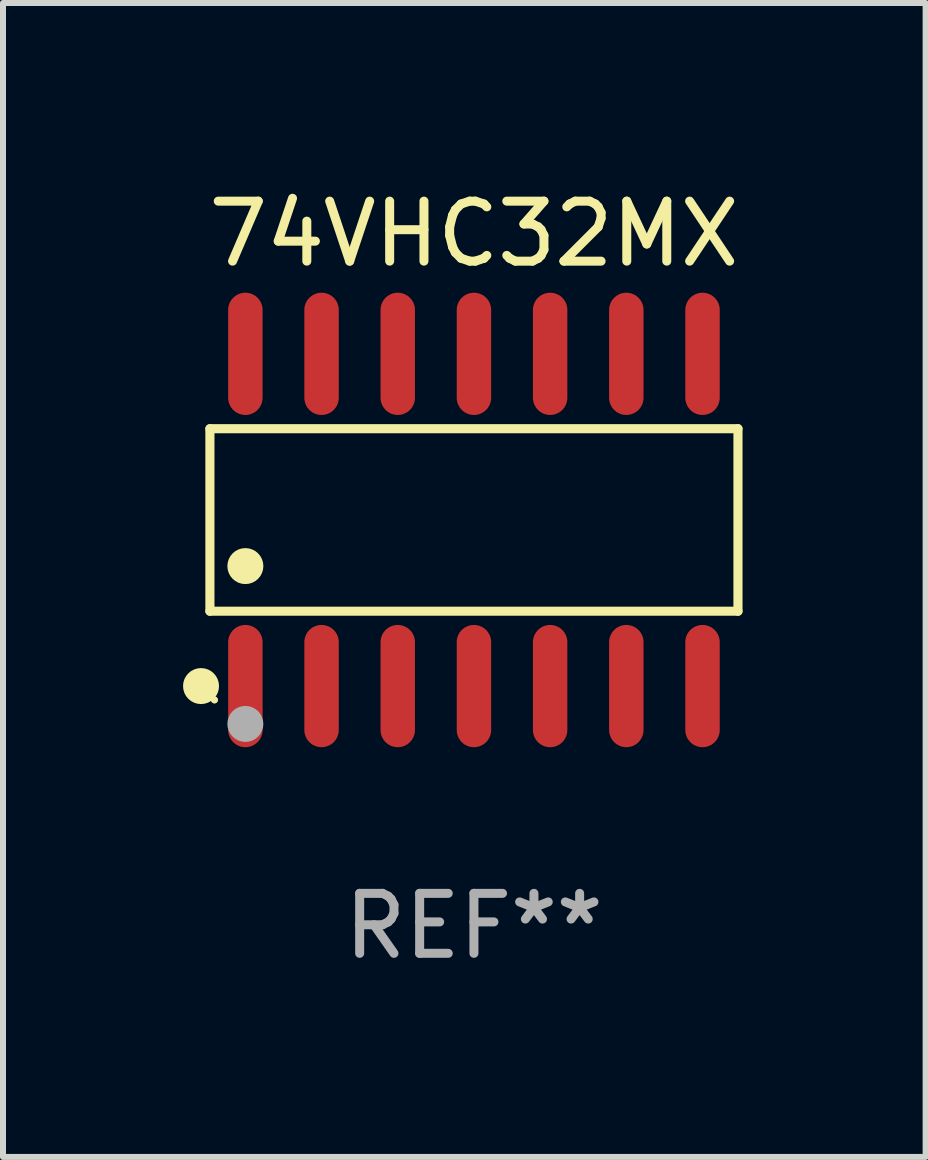
<source format=kicad_pcb>
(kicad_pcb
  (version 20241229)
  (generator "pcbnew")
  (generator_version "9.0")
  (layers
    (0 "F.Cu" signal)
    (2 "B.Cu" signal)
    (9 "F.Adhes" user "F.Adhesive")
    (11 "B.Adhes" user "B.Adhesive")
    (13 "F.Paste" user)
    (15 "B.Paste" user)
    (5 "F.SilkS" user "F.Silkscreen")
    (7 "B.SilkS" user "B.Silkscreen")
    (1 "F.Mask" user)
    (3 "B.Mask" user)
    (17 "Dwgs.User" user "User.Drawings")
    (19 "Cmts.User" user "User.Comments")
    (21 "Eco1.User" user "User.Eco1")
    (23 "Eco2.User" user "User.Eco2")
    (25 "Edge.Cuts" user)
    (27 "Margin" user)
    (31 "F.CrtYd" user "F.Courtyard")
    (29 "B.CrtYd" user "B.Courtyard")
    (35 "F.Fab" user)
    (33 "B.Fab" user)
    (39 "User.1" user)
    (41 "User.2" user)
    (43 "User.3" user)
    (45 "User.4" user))
  (footprint "74VHC32MX"
    (layer "F.Cu")
    (at 4.85 5.617)
    (property "Reference" "74VHC32MX" (at 0 -4.769 0) (layer "F.SilkS") (effects (font (size 1 1) (thickness 0.15))))
    (attr through_hole)
    (fp_line (start -4.401 -1.521) (end 4.401 -1.521) (stroke (width 0.152) (type solid)) (layer "F.SilkS"))
    (fp_line (start -4.401 1.521) (end -4.401 -1.521) (stroke (width 0.152) (type solid)) (layer "F.SilkS"))
    (fp_line (start 4.401 -1.521) (end 4.401 1.521) (stroke (width 0.152) (type solid)) (layer "F.SilkS"))
    (fp_line (start 4.401 1.521) (end -4.401 1.521) (stroke (width 0.152) (type solid)) (layer "F.SilkS"))
    (fp_circle (center -4.549 2.769) (end -4.399 2.769) (stroke (width 0.3) (type solid)) (fill no) (layer "F.SilkS"))
    (fp_circle (center -4.325 3) (end -4.295 3) (stroke (width 0.06) (type solid)) (fill no) (layer "F.SilkS"))
    (fp_circle (center -3.81 0.769) (end -3.66 0.769) (stroke (width 0.3) (type solid)) (fill no) (layer "F.SilkS"))
    (fp_circle (center -3.81 3.4) (end -3.66 3.4) (stroke (width 0.3) (type solid)) (fill no) (layer "F.Fab"))
    (fp_text user "REF**" (at 0 6.769 0) (layer "F.Fab") (effects (font (size 1 1) (thickness 0.15))))
    (pad "1" smd oval (at -3.81 2.769) (size 0.574 2.038) (layers "F.Cu" "F.Mask" "F.Paste"))
    (pad "2" smd oval (at -2.54 2.769) (size 0.574 2.038) (layers "F.Cu" "F.Mask" "F.Paste"))
    (pad "3" smd oval (at -1.27 2.769) (size 0.574 2.038) (layers "F.Cu" "F.Mask" "F.Paste"))
    (pad "4" smd oval (at 0 2.769) (size 0.574 2.038) (layers "F.Cu" "F.Mask" "F.Paste"))
    (pad "5" smd oval (at 1.27 2.769) (size 0.574 2.038) (layers "F.Cu" "F.Mask" "F.Paste"))
    (pad "6" smd oval (at 2.54 2.769) (size 0.574 2.038) (layers "F.Cu" "F.Mask" "F.Paste"))
    (pad "7" smd oval (at 3.81 2.769) (size 0.574 2.038) (layers "F.Cu" "F.Mask" "F.Paste"))
    (pad "8" smd oval (at 3.81 -2.769) (size 0.574 2.038) (layers "F.Cu" "F.Mask" "F.Paste"))
    (pad "9" smd oval (at 2.54 -2.769) (size 0.574 2.038) (layers "F.Cu" "F.Mask" "F.Paste"))
    (pad "10" smd oval (at 1.27 -2.769) (size 0.574 2.038) (layers "F.Cu" "F.Mask" "F.Paste"))
    (pad "11" smd oval (at 0 -2.769) (size 0.574 2.038) (layers "F.Cu" "F.Mask" "F.Paste"))
    (pad "12" smd oval (at -1.27 -2.769) (size 0.574 2.038) (layers "F.Cu" "F.Mask" "F.Paste"))
    (pad "13" smd oval (at -2.54 -2.769) (size 0.574 2.038) (layers "F.Cu" "F.Mask" "F.Paste"))
    (pad "14" smd oval (at -3.81 -2.769) (size 0.574 2.038) (layers "F.Cu" "F.Mask" "F.Paste")))
  (gr_rect
    (start -3 -3)
    (end 12.379 16.235)
    (stroke (width 0.1) (type default))
    (fill no)
    (layer "Edge.Cuts")))
</source>
